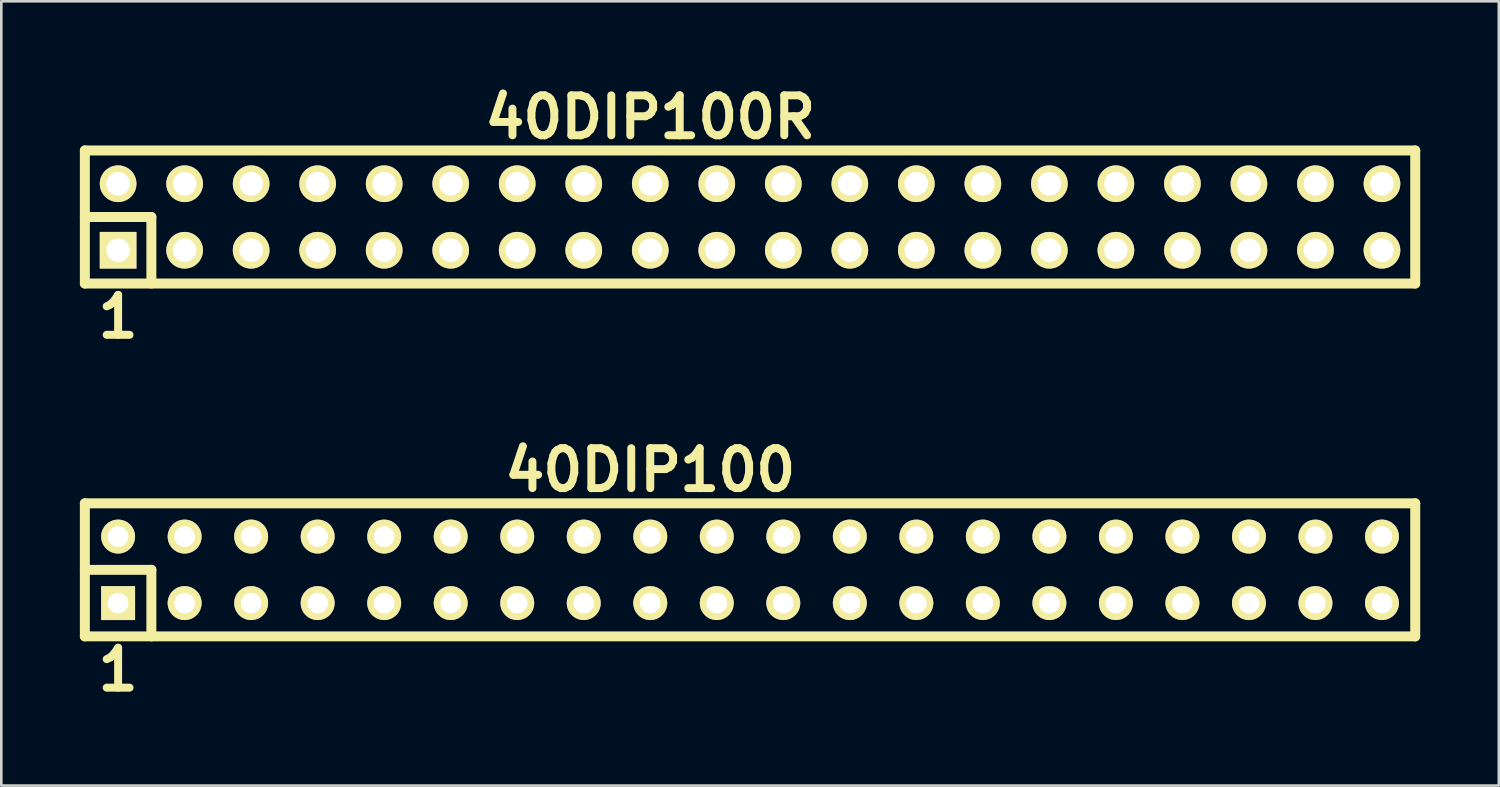
<source format=kicad_pcb>
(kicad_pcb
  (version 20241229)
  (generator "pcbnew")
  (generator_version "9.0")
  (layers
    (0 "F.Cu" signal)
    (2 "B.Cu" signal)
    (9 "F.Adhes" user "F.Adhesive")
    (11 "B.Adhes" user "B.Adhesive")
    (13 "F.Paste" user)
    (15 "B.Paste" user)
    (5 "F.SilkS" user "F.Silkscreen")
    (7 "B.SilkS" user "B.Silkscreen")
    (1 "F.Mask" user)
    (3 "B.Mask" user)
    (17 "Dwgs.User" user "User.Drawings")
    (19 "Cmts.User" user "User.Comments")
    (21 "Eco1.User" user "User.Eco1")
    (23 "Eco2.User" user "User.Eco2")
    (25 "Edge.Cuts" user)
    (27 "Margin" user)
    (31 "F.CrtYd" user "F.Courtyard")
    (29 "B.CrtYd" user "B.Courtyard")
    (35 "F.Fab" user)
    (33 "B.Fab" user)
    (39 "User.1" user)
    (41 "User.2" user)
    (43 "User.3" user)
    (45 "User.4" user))
  (footprint "40DIP100"
    (layer "F.Cu")
    (at 1.46 19.979)
    (property "Reference" "40DIP100" (at 20.32 -5.08 0) (layer "F.SilkS") (effects (font (size 1.524 1.524) (thickness 0.305))))
    (attr through_hole)
    (fp_line (start -1.27 -3.81) (end -1.27 1.27) (stroke (width 0.381) (type solid)) (layer "F.SilkS"))
    (fp_line (start -1.27 -1.27) (end 1.27 -1.27) (stroke (width 0.381) (type solid)) (layer "F.SilkS"))
    (fp_line (start -1.27 1.27) (end 49.53 1.27) (stroke (width 0.381) (type solid)) (layer "F.SilkS"))
    (fp_line (start 1.27 -1.27) (end 1.27 1.27) (stroke (width 0.381) (type solid)) (layer "F.SilkS"))
    (fp_line (start 49.53 -3.81) (end -1.27 -3.81) (stroke (width 0.381) (type solid)) (layer "F.SilkS"))
    (fp_line (start 49.53 1.27) (end 49.53 -3.81) (stroke (width 0.381) (type solid)) (layer "F.SilkS"))
    (fp_text user "1" (at 0 2.54 0) (layer "F.SilkS") (effects (font (size 1.524 1.524) (thickness 0.305))))
    (pad "1" thru_hole rect (at 0 0) (size 1.295 1.295) (drill 0.787) (layers "*.Cu" "*.Mask" "F.SilkS"))
    (pad "2" thru_hole circle (at 0 -2.54) (size 1.295 1.295) (drill 0.787) (layers "*.Cu" "*.Mask" "F.SilkS"))
    (pad "3" thru_hole circle (at 2.54 0) (size 1.295 1.295) (drill 0.787) (layers "*.Cu" "*.Mask" "F.SilkS"))
    (pad "4" thru_hole circle (at 2.54 -2.54) (size 1.295 1.295) (drill 0.787) (layers "*.Cu" "*.Mask" "F.SilkS"))
    (pad "5" thru_hole circle (at 5.08 0) (size 1.295 1.295) (drill 0.787) (layers "*.Cu" "*.Mask" "F.SilkS"))
    (pad "6" thru_hole circle (at 5.08 -2.54) (size 1.295 1.295) (drill 0.787) (layers "*.Cu" "*.Mask" "F.SilkS"))
    (pad "7" thru_hole circle (at 7.62 0) (size 1.295 1.295) (drill 0.787) (layers "*.Cu" "*.Mask" "F.SilkS"))
    (pad "8" thru_hole circle (at 7.62 -2.54) (size 1.295 1.295) (drill 0.787) (layers "*.Cu" "*.Mask" "F.SilkS"))
    (pad "9" thru_hole circle (at 10.16 0) (size 1.295 1.295) (drill 0.787) (layers "*.Cu" "*.Mask" "F.SilkS"))
    (pad "10" thru_hole circle (at 10.16 -2.54) (size 1.295 1.295) (drill 0.787) (layers "*.Cu" "*.Mask" "F.SilkS"))
    (pad "11" thru_hole circle (at 12.7 0) (size 1.295 1.295) (drill 0.787) (layers "*.Cu" "*.Mask" "F.SilkS"))
    (pad "12" thru_hole circle (at 12.7 -2.54) (size 1.295 1.295) (drill 0.787) (layers "*.Cu" "*.Mask" "F.SilkS"))
    (pad "13" thru_hole circle (at 15.24 0) (size 1.295 1.295) (drill 0.787) (layers "*.Cu" "*.Mask" "F.SilkS"))
    (pad "14" thru_hole circle (at 15.24 -2.54) (size 1.295 1.295) (drill 0.787) (layers "*.Cu" "*.Mask" "F.SilkS"))
    (pad "15" thru_hole circle (at 17.78 0) (size 1.295 1.295) (drill 0.787) (layers "*.Cu" "*.Mask" "F.SilkS"))
    (pad "16" thru_hole circle (at 17.78 -2.54) (size 1.295 1.295) (drill 0.787) (layers "*.Cu" "*.Mask" "F.SilkS"))
    (pad "17" thru_hole circle (at 20.32 0) (size 1.295 1.295) (drill 0.787) (layers "*.Cu" "*.Mask" "F.SilkS"))
    (pad "18" thru_hole circle (at 20.32 -2.54) (size 1.295 1.295) (drill 0.787) (layers "*.Cu" "*.Mask" "F.SilkS"))
    (pad "19" thru_hole circle (at 22.86 0) (size 1.295 1.295) (drill 0.787) (layers "*.Cu" "*.Mask" "F.SilkS"))
    (pad "20" thru_hole circle (at 22.86 -2.54) (size 1.295 1.295) (drill 0.787) (layers "*.Cu" "*.Mask" "F.SilkS"))
    (pad "21" thru_hole circle (at 25.4 0) (size 1.295 1.295) (drill 0.787) (layers "*.Cu" "*.Mask" "F.SilkS"))
    (pad "22" thru_hole circle (at 25.4 -2.54) (size 1.295 1.295) (drill 0.787) (layers "*.Cu" "*.Mask" "F.SilkS"))
    (pad "23" thru_hole circle (at 27.94 0) (size 1.295 1.295) (drill 0.787) (layers "*.Cu" "*.Mask" "F.SilkS"))
    (pad "24" thru_hole circle (at 27.94 -2.54) (size 1.295 1.295) (drill 0.787) (layers "*.Cu" "*.Mask" "F.SilkS"))
    (pad "25" thru_hole circle (at 30.48 0) (size 1.295 1.295) (drill 0.787) (layers "*.Cu" "*.Mask" "F.SilkS"))
    (pad "26" thru_hole circle (at 30.48 -2.54) (size 1.295 1.295) (drill 0.787) (layers "*.Cu" "*.Mask" "F.SilkS"))
    (pad "27" thru_hole circle (at 33.02 0) (size 1.295 1.295) (drill 0.787) (layers "*.Cu" "*.Mask" "F.SilkS"))
    (pad "28" thru_hole circle (at 33.02 -2.54) (size 1.295 1.295) (drill 0.787) (layers "*.Cu" "*.Mask" "F.SilkS"))
    (pad "29" thru_hole circle (at 35.56 0) (size 1.295 1.295) (drill 0.787) (layers "*.Cu" "*.Mask" "F.SilkS"))
    (pad "30" thru_hole circle (at 35.56 -2.54) (size 1.295 1.295) (drill 0.787) (layers "*.Cu" "*.Mask" "F.SilkS"))
    (pad "31" thru_hole circle (at 38.1 0) (size 1.295 1.295) (drill 0.787) (layers "*.Cu" "*.Mask" "F.SilkS"))
    (pad "32" thru_hole circle (at 38.1 -2.54) (size 1.295 1.295) (drill 0.787) (layers "*.Cu" "*.Mask" "F.SilkS"))
    (pad "33" thru_hole circle (at 40.64 0) (size 1.295 1.295) (drill 0.787) (layers "*.Cu" "*.Mask" "F.SilkS"))
    (pad "34" thru_hole circle (at 40.64 -2.54) (size 1.295 1.295) (drill 0.787) (layers "*.Cu" "*.Mask" "F.SilkS"))
    (pad "35" thru_hole circle (at 43.18 0) (size 1.295 1.295) (drill 0.787) (layers "*.Cu" "*.Mask" "F.SilkS"))
    (pad "36" thru_hole circle (at 43.18 -2.54) (size 1.295 1.295) (drill 0.787) (layers "*.Cu" "*.Mask" "F.SilkS"))
    (pad "37" thru_hole circle (at 45.72 0) (size 1.295 1.295) (drill 0.787) (layers "*.Cu" "*.Mask" "F.SilkS"))
    (pad "38" thru_hole circle (at 45.72 -2.54) (size 1.295 1.295) (drill 0.787) (layers "*.Cu" "*.Mask" "F.SilkS"))
    (pad "39" thru_hole circle (at 48.26 0) (size 1.295 1.295) (drill 0.787) (layers "*.Cu" "*.Mask" "F.SilkS"))
    (pad "40" thru_hole circle (at 48.26 -2.54) (size 1.295 1.295) (drill 0.787) (layers "*.Cu" "*.Mask" "F.SilkS")))
  (footprint "40DIP100R"
    (layer "F.Cu")
    (at 1.46 6.506)
    (property "Reference" "40DIP100R" (at 20.32 -5.08 0) (layer "F.SilkS") (effects (font (size 1.524 1.524) (thickness 0.305))))
    (attr through_hole)
    (fp_line (start -1.27 -3.81) (end -1.27 1.27) (stroke (width 0.381) (type solid)) (layer "F.SilkS"))
    (fp_line (start -1.27 -1.27) (end 1.27 -1.27) (stroke (width 0.381) (type solid)) (layer "F.SilkS"))
    (fp_line (start -1.27 1.27) (end 49.53 1.27) (stroke (width 0.381) (type solid)) (layer "F.SilkS"))
    (fp_line (start 1.27 -1.27) (end 1.27 1.27) (stroke (width 0.381) (type solid)) (layer "F.SilkS"))
    (fp_line (start 49.53 -3.81) (end -1.27 -3.81) (stroke (width 0.381) (type solid)) (layer "F.SilkS"))
    (fp_line (start 49.53 1.27) (end 49.53 -3.81) (stroke (width 0.381) (type solid)) (layer "F.SilkS"))
    (fp_text user "1" (at 0 2.54 0) (layer "F.SilkS") (effects (font (size 1.524 1.524) (thickness 0.305))))
    (pad "1" thru_hole rect (at 0 0) (size 1.4 1.4) (drill 0.899) (layers "*.Cu" "*.Mask" "F.SilkS"))
    (pad "2" thru_hole circle (at 0 -2.54) (size 1.4 1.4) (drill 0.899) (layers "*.Cu" "*.Mask" "F.SilkS"))
    (pad "3" thru_hole circle (at 2.54 0) (size 1.4 1.4) (drill 0.899) (layers "*.Cu" "*.Mask" "F.SilkS"))
    (pad "4" thru_hole circle (at 2.54 -2.54) (size 1.4 1.4) (drill 0.899) (layers "*.Cu" "*.Mask" "F.SilkS"))
    (pad "5" thru_hole circle (at 5.08 0) (size 1.4 1.4) (drill 0.899) (layers "*.Cu" "*.Mask" "F.SilkS"))
    (pad "6" thru_hole circle (at 5.08 -2.54) (size 1.4 1.4) (drill 0.899) (layers "*.Cu" "*.Mask" "F.SilkS"))
    (pad "7" thru_hole circle (at 7.62 0) (size 1.4 1.4) (drill 0.899) (layers "*.Cu" "*.Mask" "F.SilkS"))
    (pad "8" thru_hole circle (at 7.62 -2.54) (size 1.4 1.4) (drill 0.899) (layers "*.Cu" "*.Mask" "F.SilkS"))
    (pad "9" thru_hole circle (at 10.16 0) (size 1.4 1.4) (drill 0.899) (layers "*.Cu" "*.Mask" "F.SilkS"))
    (pad "10" thru_hole circle (at 10.16 -2.54) (size 1.4 1.4) (drill 0.899) (layers "*.Cu" "*.Mask" "F.SilkS"))
    (pad "11" thru_hole circle (at 12.7 0) (size 1.4 1.4) (drill 0.899) (layers "*.Cu" "*.Mask" "F.SilkS"))
    (pad "12" thru_hole circle (at 12.7 -2.54) (size 1.4 1.4) (drill 0.899) (layers "*.Cu" "*.Mask" "F.SilkS"))
    (pad "13" thru_hole circle (at 15.24 0) (size 1.4 1.4) (drill 0.899) (layers "*.Cu" "*.Mask" "F.SilkS"))
    (pad "14" thru_hole circle (at 15.24 -2.54) (size 1.4 1.4) (drill 0.899) (layers "*.Cu" "*.Mask" "F.SilkS"))
    (pad "15" thru_hole circle (at 17.78 0) (size 1.4 1.4) (drill 0.899) (layers "*.Cu" "*.Mask" "F.SilkS"))
    (pad "16" thru_hole circle (at 17.78 -2.54) (size 1.4 1.4) (drill 0.899) (layers "*.Cu" "*.Mask" "F.SilkS"))
    (pad "17" thru_hole circle (at 20.32 0) (size 1.4 1.4) (drill 0.899) (layers "*.Cu" "*.Mask" "F.SilkS"))
    (pad "18" thru_hole circle (at 20.32 -2.54) (size 1.4 1.4) (drill 0.899) (layers "*.Cu" "*.Mask" "F.SilkS"))
    (pad "19" thru_hole circle (at 22.86 0) (size 1.4 1.4) (drill 0.899) (layers "*.Cu" "*.Mask" "F.SilkS"))
    (pad "20" thru_hole circle (at 22.86 -2.54) (size 1.4 1.4) (drill 0.899) (layers "*.Cu" "*.Mask" "F.SilkS"))
    (pad "21" thru_hole circle (at 25.4 0) (size 1.4 1.4) (drill 0.899) (layers "*.Cu" "*.Mask" "F.SilkS"))
    (pad "22" thru_hole circle (at 25.4 -2.54) (size 1.4 1.4) (drill 0.899) (layers "*.Cu" "*.Mask" "F.SilkS"))
    (pad "23" thru_hole circle (at 27.94 0) (size 1.4 1.4) (drill 0.899) (layers "*.Cu" "*.Mask" "F.SilkS"))
    (pad "24" thru_hole circle (at 27.94 -2.54) (size 1.4 1.4) (drill 0.899) (layers "*.Cu" "*.Mask" "F.SilkS"))
    (pad "25" thru_hole circle (at 30.48 0) (size 1.4 1.4) (drill 0.899) (layers "*.Cu" "*.Mask" "F.SilkS"))
    (pad "26" thru_hole circle (at 30.48 -2.54) (size 1.4 1.4) (drill 0.899) (layers "*.Cu" "*.Mask" "F.SilkS"))
    (pad "27" thru_hole circle (at 33.02 0) (size 1.4 1.4) (drill 0.899) (layers "*.Cu" "*.Mask" "F.SilkS"))
    (pad "28" thru_hole circle (at 33.02 -2.54) (size 1.4 1.4) (drill 0.899) (layers "*.Cu" "*.Mask" "F.SilkS"))
    (pad "29" thru_hole circle (at 35.56 0) (size 1.4 1.4) (drill 0.899) (layers "*.Cu" "*.Mask" "F.SilkS"))
    (pad "30" thru_hole circle (at 35.56 -2.54) (size 1.4 1.4) (drill 0.899) (layers "*.Cu" "*.Mask" "F.SilkS"))
    (pad "31" thru_hole circle (at 38.1 0) (size 1.4 1.4) (drill 0.899) (layers "*.Cu" "*.Mask" "F.SilkS"))
    (pad "32" thru_hole circle (at 38.1 -2.54) (size 1.4 1.4) (drill 0.899) (layers "*.Cu" "*.Mask" "F.SilkS"))
    (pad "33" thru_hole circle (at 40.64 0) (size 1.4 1.4) (drill 0.899) (layers "*.Cu" "*.Mask" "F.SilkS"))
    (pad "34" thru_hole circle (at 40.64 -2.54) (size 1.4 1.4) (drill 0.899) (layers "*.Cu" "*.Mask" "F.SilkS"))
    (pad "35" thru_hole circle (at 43.18 0) (size 1.4 1.4) (drill 0.899) (layers "*.Cu" "*.Mask" "F.SilkS"))
    (pad "36" thru_hole circle (at 43.18 -2.54) (size 1.4 1.4) (drill 0.899) (layers "*.Cu" "*.Mask" "F.SilkS"))
    (pad "37" thru_hole circle (at 45.72 0) (size 1.4 1.4) (drill 0.899) (layers "*.Cu" "*.Mask" "F.SilkS"))
    (pad "38" thru_hole circle (at 45.72 -2.54) (size 1.4 1.4) (drill 0.899) (layers "*.Cu" "*.Mask" "F.SilkS"))
    (pad "39" thru_hole circle (at 48.26 0) (size 1.4 1.4) (drill 0.899) (layers "*.Cu" "*.Mask" "F.SilkS"))
    (pad "40" thru_hole circle (at 48.26 -2.54) (size 1.4 1.4) (drill 0.899) (layers "*.Cu" "*.Mask" "F.SilkS")))
  (gr_rect
    (start -3 -3)
    (end 54.181 26.946)
    (stroke (width 0.1) (type default))
    (fill no)
    (layer "Edge.Cuts")))
</source>
